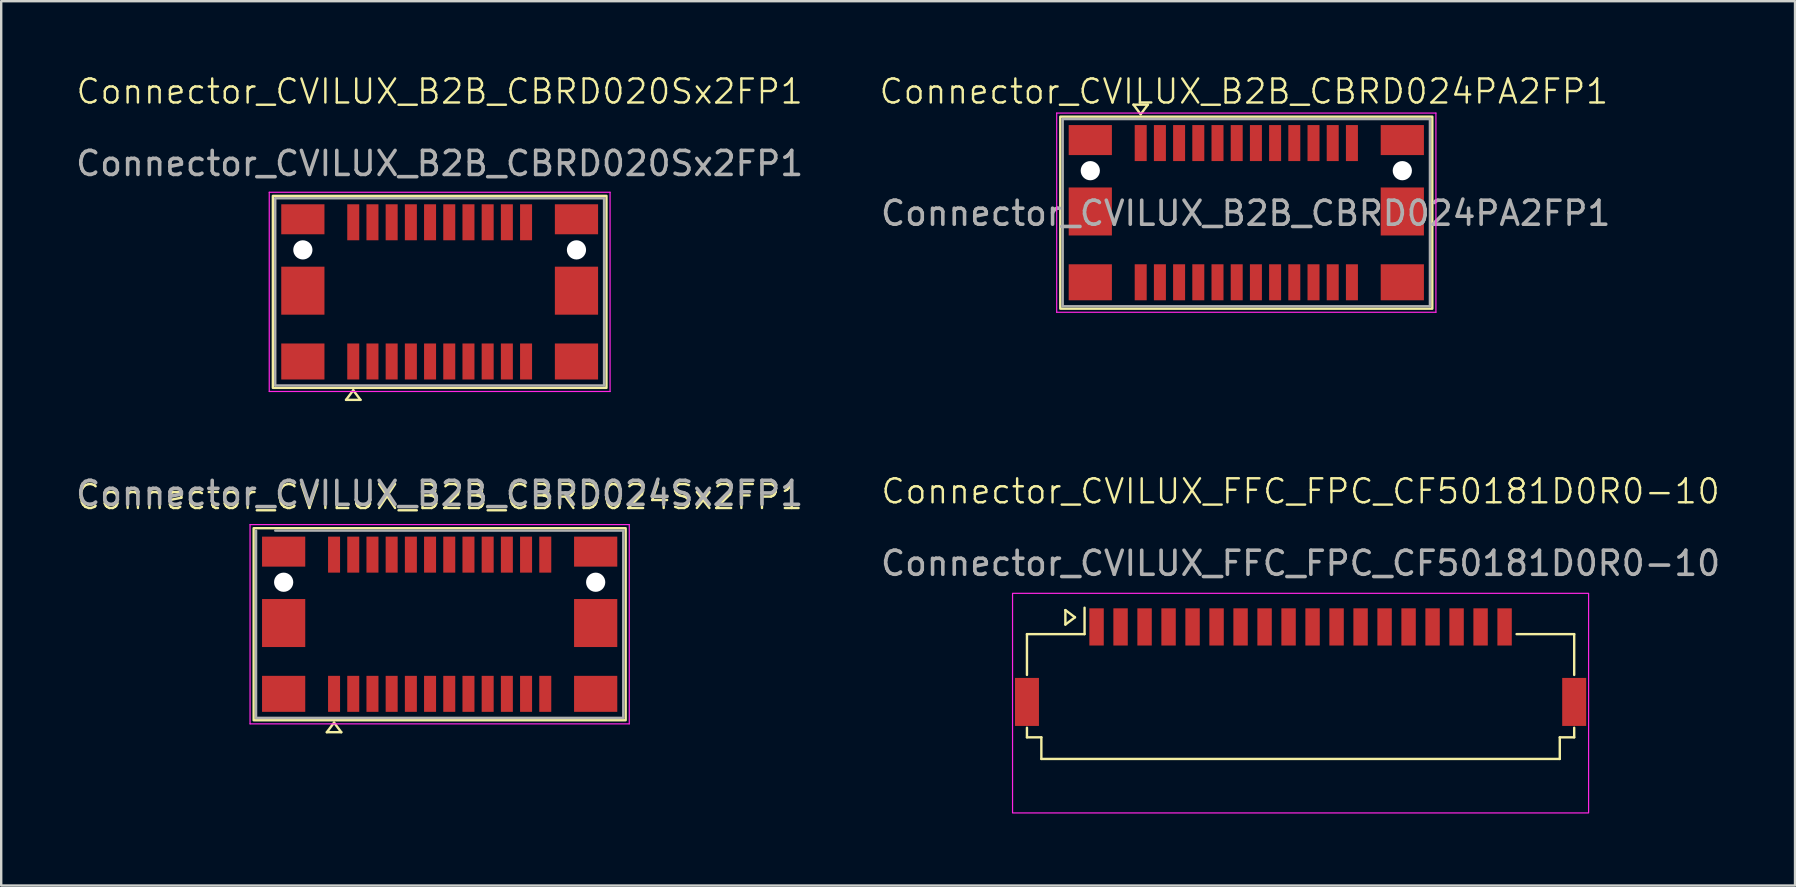
<source format=kicad_pcb>
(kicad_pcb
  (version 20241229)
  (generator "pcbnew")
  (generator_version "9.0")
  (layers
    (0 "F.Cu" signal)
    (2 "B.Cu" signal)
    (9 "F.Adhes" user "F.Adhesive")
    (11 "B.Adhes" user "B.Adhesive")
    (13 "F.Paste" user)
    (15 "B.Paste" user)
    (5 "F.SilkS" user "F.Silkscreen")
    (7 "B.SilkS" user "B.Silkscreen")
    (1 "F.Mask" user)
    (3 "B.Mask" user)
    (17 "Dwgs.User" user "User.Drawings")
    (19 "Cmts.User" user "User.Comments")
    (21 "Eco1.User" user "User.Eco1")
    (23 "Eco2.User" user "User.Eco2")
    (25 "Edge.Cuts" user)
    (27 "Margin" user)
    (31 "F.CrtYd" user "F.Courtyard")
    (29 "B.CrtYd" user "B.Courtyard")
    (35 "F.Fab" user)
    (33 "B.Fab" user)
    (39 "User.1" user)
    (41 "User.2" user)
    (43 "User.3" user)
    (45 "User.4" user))
  (footprint "Connector_CVILUX_B2B_CBRD024PA2FP1"
    (layer "F.Cu")
    (at 48.876 5.811)
    (property "Reference" "Connector_CVILUX_B2B_CBRD024PA2FP1" (at -0.1 -5.05 0) (layer "F.SilkS") (effects (font (size 1 1) (thickness 0.1))))
    (attr smd)
    (fp_line (start -4.702 -4.5) (end -4.1 -4.5) (stroke (width 0.1) (type default)) (layer "F.SilkS"))
    (fp_line (start -4.401 -4.101) (end -4.702 -4.5) (stroke (width 0.1) (type default)) (layer "F.SilkS"))
    (fp_line (start -4.401 -4.101) (end -4.1 -4.5) (stroke (width 0.1) (type default)) (layer "F.SilkS"))
    (fp_rect (start -7.75 -4) (end 7.75 4) (stroke (width 0.1) (type default)) (fill no) (layer "F.SilkS"))
    (fp_line (start -7.9 -4.15) (end -7.9 4.15) (stroke (width 0.05) (type solid)) (layer "F.CrtYd"))
    (fp_line (start -7.9 -4.15) (end 7.9 -4.15) (stroke (width 0.05) (type solid)) (layer "F.CrtYd"))
    (fp_line (start -7.9 4.15) (end 7.9 4.15) (stroke (width 0.05) (type solid)) (layer "F.CrtYd"))
    (fp_line (start 7.9 -4.15) (end 7.9 4.15) (stroke (width 0.05) (type solid)) (layer "F.CrtYd"))
    (fp_line (start -7.65 3.9) (end -7.65 -3.9) (stroke (width 0.1) (type solid)) (layer "F.Fab"))
    (fp_line (start 7.65 -3.9) (end -7.65 -3.9) (stroke (width 0.1) (type solid)) (layer "F.Fab"))
    (fp_line (start 7.65 3.9) (end -7.65 3.9) (stroke (width 0.1) (type solid)) (layer "F.Fab"))
    (fp_line (start 7.65 3.9) (end 7.65 -3.9) (stroke (width 0.1) (type solid)) (layer "F.Fab"))
    (fp_text user "${REFERENCE}" (at -0.025 0.025 0) (layer "F.Fab") (effects (font (size 1 1) (thickness 0.15))))
    (pad "" np_thru_hole circle (at -6.5 -1.75) (size 0.8 0.8) (drill 0.8) (layers "*.Cu" "*.Mask"))
    (pad "" np_thru_hole circle (at 6.5 -1.75) (size 0.8 0.8) (drill 0.8) (layers "*.Cu" "*.Mask"))
    (pad "1" smd rect (at -4.4 -2.9) (size 0.5 1.5) (layers "F.Cu" "F.Mask" "F.Paste"))
    (pad "2" smd rect (at -3.6 -2.9) (size 0.5 1.5) (layers "F.Cu" "F.Mask" "F.Paste"))
    (pad "3" smd rect (at -2.8 -2.9) (size 0.5 1.5) (layers "F.Cu" "F.Mask" "F.Paste"))
    (pad "4" smd rect (at -2 -2.9) (size 0.5 1.5) (layers "F.Cu" "F.Mask" "F.Paste"))
    (pad "5" smd rect (at -1.2 -2.9) (size 0.5 1.5) (layers "F.Cu" "F.Mask" "F.Paste"))
    (pad "6" smd rect (at -0.4 -2.9) (size 0.5 1.5) (layers "F.Cu" "F.Mask" "F.Paste"))
    (pad "7" smd rect (at 0.4 -2.9) (size 0.5 1.5) (layers "F.Cu" "F.Mask" "F.Paste"))
    (pad "8" smd rect (at 1.2 -2.9) (size 0.5 1.5) (layers "F.Cu" "F.Mask" "F.Paste"))
    (pad "9" smd rect (at 2 -2.9) (size 0.5 1.5) (layers "F.Cu" "F.Mask" "F.Paste"))
    (pad "10" smd rect (at 2.8 -2.9) (size 0.5 1.5) (layers "F.Cu" "F.Mask" "F.Paste"))
    (pad "11" smd rect (at 3.6 -2.9) (size 0.5 1.5) (layers "F.Cu" "F.Mask" "F.Paste"))
    (pad "12" smd rect (at 4.4 -2.9) (size 0.5 1.5) (layers "F.Cu" "F.Mask" "F.Paste"))
    (pad "13" smd rect (at 4.4 2.9) (size 0.5 1.5) (layers "F.Cu" "F.Mask" "F.Paste"))
    (pad "14" smd rect (at 3.6 2.9) (size 0.5 1.5) (layers "F.Cu" "F.Mask" "F.Paste"))
    (pad "15" smd rect (at 2.8 2.9) (size 0.5 1.5) (layers "F.Cu" "F.Mask" "F.Paste"))
    (pad "16" smd rect (at 2 2.9) (size 0.5 1.5) (layers "F.Cu" "F.Mask" "F.Paste"))
    (pad "17" smd rect (at 1.2 2.9) (size 0.5 1.5) (layers "F.Cu" "F.Mask" "F.Paste"))
    (pad "18" smd rect (at 0.4 2.9) (size 0.5 1.5) (layers "F.Cu" "F.Mask" "F.Paste"))
    (pad "19" smd rect (at -0.4 2.9) (size 0.5 1.5) (layers "F.Cu" "F.Mask" "F.Paste"))
    (pad "20" smd rect (at -1.2 2.9) (size 0.5 1.5) (layers "F.Cu" "F.Mask" "F.Paste"))
    (pad "21" smd rect (at -2 2.9) (size 0.5 1.5) (layers "F.Cu" "F.Mask" "F.Paste"))
    (pad "22" smd rect (at -2.8 2.9) (size 0.5 1.5) (layers "F.Cu" "F.Mask" "F.Paste"))
    (pad "23" smd rect (at -3.6 2.9) (size 0.5 1.5) (layers "F.Cu" "F.Mask" "F.Paste"))
    (pad "24" smd rect (at -4.4 2.9) (size 0.5 1.5) (layers "F.Cu" "F.Mask" "F.Paste"))
    (pad "MP" smd rect (at -6.5 -3.025) (size 1.8 1.25) (layers "F.Cu" "F.Mask" "F.Paste"))
    (pad "MP" smd rect (at -6.5 -0.05 180) (size 1.8 2) (layers "F.Cu" "F.Mask" "F.Paste"))
    (pad "MP" smd rect (at -6.5 2.9 180) (size 1.8 1.5) (layers "F.Cu" "F.Mask" "F.Paste"))
    (pad "MP" smd rect (at 6.5 -3.025) (size 1.8 1.25) (layers "F.Cu" "F.Mask" "F.Paste"))
    (pad "MP" smd rect (at 6.5 -0.05 180) (size 1.8 2) (layers "F.Cu" "F.Mask" "F.Paste"))
    (pad "MP" smd rect (at 6.5 2.9) (size 1.8 1.5) (layers "F.Cu" "F.Mask" "F.Paste")))
  (footprint "Connector_CVILUX_B2B_CBRD024Sx2FP1"
    (layer "F.Cu")
    (at 15.268 22.958)
    (property "Reference" "Connector_CVILUX_B2B_CBRD024Sx2FP1" (at 0 -5.3 0) (unlocked yes) (layer "F.SilkS") (effects (font (size 1 1) (thickness 0.1))))
    (attr smd)
    (fp_line (start -4.4 4.1) (end -4.701 4.499) (stroke (width 0.1) (type default)) (layer "F.SilkS"))
    (fp_line (start -4.4 4.1) (end -4.099 4.499) (stroke (width 0.1) (type default)) (layer "F.SilkS"))
    (fp_line (start -4.099 4.499) (end -4.701 4.499) (stroke (width 0.1) (type default)) (layer "F.SilkS"))
    (fp_rect (start -7.75 -4) (end 7.75 4) (stroke (width 0.1) (type default)) (fill no) (layer "F.SilkS"))
    (fp_line (start -7.9 -4.15) (end -7.9 4.15) (stroke (width 0.05) (type solid)) (layer "F.CrtYd"))
    (fp_line (start -7.9 -4.15) (end 7.9 -4.15) (stroke (width 0.05) (type solid)) (layer "F.CrtYd"))
    (fp_line (start -7.9 4.15) (end 7.9 4.15) (stroke (width 0.05) (type solid)) (layer "F.CrtYd"))
    (fp_line (start 7.9 -4.15) (end 7.9 4.15) (stroke (width 0.05) (type solid)) (layer "F.CrtYd"))
    (fp_line (start -7.65 3.9) (end -7.65 -3.9) (stroke (width 0.1) (type solid)) (layer "F.Fab"))
    (fp_line (start 7.65 -3.9) (end -6.85 -3.9) (stroke (width 0.1) (type solid)) (layer "F.Fab"))
    (fp_line (start 7.65 3.9) (end -7.65 3.9) (stroke (width 0.1) (type solid)) (layer "F.Fab"))
    (fp_line (start 7.65 3.9) (end 7.65 -3.9) (stroke (width 0.1) (type solid)) (layer "F.Fab"))
    (fp_text user "${REFERENCE}" (at 0 -5.45 0) (unlocked yes) (layer "F.Fab") (effects (font (size 1 1) (thickness 0.15))))
    (pad "" np_thru_hole circle (at -6.5 -1.75) (size 0.8 0.8) (drill 0.8) (layers "*.Cu" "*.Mask"))
    (pad "" np_thru_hole circle (at 6.5 -1.75) (size 0.8 0.8) (drill 0.8) (layers "*.Cu" "*.Mask"))
    (pad "1" smd rect (at -4.4 2.9) (size 0.5 1.5) (layers "F.Cu" "F.Mask" "F.Paste"))
    (pad "2" smd rect (at -3.6 2.9) (size 0.5 1.5) (layers "F.Cu" "F.Mask" "F.Paste"))
    (pad "3" smd rect (at -2.8 2.9) (size 0.5 1.5) (layers "F.Cu" "F.Mask" "F.Paste"))
    (pad "4" smd rect (at -2 2.9) (size 0.5 1.5) (layers "F.Cu" "F.Mask" "F.Paste"))
    (pad "5" smd rect (at -1.2 2.9) (size 0.5 1.5) (layers "F.Cu" "F.Mask" "F.Paste"))
    (pad "6" smd rect (at -0.4 2.9) (size 0.5 1.5) (layers "F.Cu" "F.Mask" "F.Paste"))
    (pad "7" smd rect (at 0.4 2.9) (size 0.5 1.5) (layers "F.Cu" "F.Mask" "F.Paste"))
    (pad "8" smd rect (at 1.2 2.9) (size 0.5 1.5) (layers "F.Cu" "F.Mask" "F.Paste"))
    (pad "9" smd rect (at 2 2.9) (size 0.5 1.5) (layers "F.Cu" "F.Mask" "F.Paste"))
    (pad "10" smd rect (at 2.8 2.9) (size 0.5 1.5) (layers "F.Cu" "F.Mask" "F.Paste"))
    (pad "11" smd rect (at 3.6 2.9) (size 0.5 1.5) (layers "F.Cu" "F.Mask" "F.Paste"))
    (pad "12" smd rect (at 4.4 2.9) (size 0.5 1.5) (layers "F.Cu" "F.Mask" "F.Paste"))
    (pad "13" smd rect (at 4.4 -2.9) (size 0.5 1.5) (layers "F.Cu" "F.Mask" "F.Paste"))
    (pad "14" smd rect (at 3.6 -2.9) (size 0.5 1.5) (layers "F.Cu" "F.Mask" "F.Paste"))
    (pad "15" smd rect (at 2.8 -2.9) (size 0.5 1.5) (layers "F.Cu" "F.Mask" "F.Paste"))
    (pad "16" smd rect (at 2 -2.9) (size 0.5 1.5) (layers "F.Cu" "F.Mask" "F.Paste"))
    (pad "17" smd rect (at 1.2 -2.9) (size 0.5 1.5) (layers "F.Cu" "F.Mask" "F.Paste"))
    (pad "18" smd rect (at 0.4 -2.9) (size 0.5 1.5) (layers "F.Cu" "F.Mask" "F.Paste"))
    (pad "19" smd rect (at -0.4 -2.9) (size 0.5 1.5) (layers "F.Cu" "F.Mask" "F.Paste"))
    (pad "20" smd rect (at -1.2 -2.9) (size 0.5 1.5) (layers "F.Cu" "F.Mask" "F.Paste"))
    (pad "21" smd rect (at -2 -2.9) (size 0.5 1.5) (layers "F.Cu" "F.Mask" "F.Paste"))
    (pad "22" smd rect (at -2.8 -2.9) (size 0.5 1.5) (layers "F.Cu" "F.Mask" "F.Paste"))
    (pad "23" smd rect (at -3.6 -2.9) (size 0.5 1.5) (layers "F.Cu" "F.Mask" "F.Paste"))
    (pad "24" smd rect (at -4.4 -2.9) (size 0.5 1.5) (layers "F.Cu" "F.Mask" "F.Paste"))
    (pad "MP" smd rect (at -6.5 -3.025) (size 1.8 1.25) (layers "F.Cu" "F.Mask" "F.Paste"))
    (pad "MP" smd rect (at -6.5 -0.05 180) (size 1.8 2) (layers "F.Cu" "F.Mask" "F.Paste"))
    (pad "MP" smd rect (at -6.5 2.9 180) (size 1.8 1.5) (layers "F.Cu" "F.Mask" "F.Paste"))
    (pad "MP" smd rect (at 6.5 -3.025) (size 1.8 1.25) (layers "F.Cu" "F.Mask" "F.Paste"))
    (pad "MP" smd rect (at 6.5 -0.05 180) (size 1.8 2) (layers "F.Cu" "F.Mask" "F.Paste"))
    (pad "MP" smd rect (at 6.5 2.9) (size 1.8 1.5) (layers "F.Cu" "F.Mask" "F.Paste")))
  (footprint "Connector_CVILUX_FFC_FPC_CF50181D0R0-10"
    (layer "F.Cu")
    (at 51.137 26.07)
    (property "Reference" "Connector_CVILUX_FFC_FPC_CF50181D0R0-10" (at 0 -8.65 0) (unlocked yes) (layer "F.SilkS") (effects (font (size 1 1) (thickness 0.1))))
    (attr smd)
    (fp_line (start -11.4 -2.7) (end -9 -2.7) (stroke (width 0.1) (type default)) (layer "F.SilkS"))
    (fp_line (start -11.4 -1) (end -11.4 -2.7) (stroke (width 0.1) (type default)) (layer "F.SilkS"))
    (fp_line (start -11.4 1.2) (end -11.4 1.6) (stroke (width 0.1) (type default)) (layer "F.SilkS"))
    (fp_line (start -11.4 1.6) (end -10.8 1.6) (stroke (width 0.1) (type default)) (layer "F.SilkS"))
    (fp_line (start -10.8 1.6) (end -10.8 2.5) (stroke (width 0.1) (type default)) (layer "F.SilkS"))
    (fp_line (start -9.799 -3.099) (end -9.799 -3.701) (stroke (width 0.1) (type default)) (layer "F.SilkS"))
    (fp_line (start -9.4 -3.4) (end -9.799 -3.701) (stroke (width 0.1) (type default)) (layer "F.SilkS"))
    (fp_line (start -9.4 -3.4) (end -9.799 -3.099) (stroke (width 0.1) (type default)) (layer "F.SilkS"))
    (fp_line (start -9 -2.7) (end -9 -3.8) (stroke (width 0.1) (type default)) (layer "F.SilkS"))
    (fp_line (start 10.8 1.6) (end 10.8 2.5) (stroke (width 0.1) (type default)) (layer "F.SilkS"))
    (fp_line (start 10.8 2.5) (end -10.8 2.5) (stroke (width 0.1) (type default)) (layer "F.SilkS"))
    (fp_line (start 11.4 -2.7) (end 9 -2.7) (stroke (width 0.1) (type default)) (layer "F.SilkS"))
    (fp_line (start 11.4 -1) (end 11.4 -2.7) (stroke (width 0.1) (type default)) (layer "F.SilkS"))
    (fp_line (start 11.4 1.2) (end 11.4 1.6) (stroke (width 0.1) (type default)) (layer "F.SilkS"))
    (fp_line (start 11.4 1.6) (end 10.8 1.6) (stroke (width 0.1) (type default)) (layer "F.SilkS"))
    (fp_rect (start -12 -4.4) (end 12 4.75) (stroke (width 0.05) (type default)) (fill no) (layer "F.CrtYd"))
    (fp_text user "${REFERENCE}" (at 0 -5.65 0) (unlocked yes) (layer "F.Fab") (effects (font (size 1 1) (thickness 0.15))))
    (pad "1" smd rect (at -8.5 -3) (size 0.6 1.55) (layers "F.Cu" "F.Mask" "F.Paste"))
    (pad "2" smd rect (at -7.5 -3) (size 0.6 1.55) (layers "F.Cu" "F.Mask" "F.Paste"))
    (pad "3" smd rect (at -6.5 -3) (size 0.6 1.55) (layers "F.Cu" "F.Mask" "F.Paste"))
    (pad "4" smd rect (at -5.5 -3) (size 0.6 1.55) (layers "F.Cu" "F.Mask" "F.Paste"))
    (pad "5" smd rect (at -4.5 -3) (size 0.6 1.55) (layers "F.Cu" "F.Mask" "F.Paste"))
    (pad "6" smd rect (at -3.5 -3) (size 0.6 1.55) (layers "F.Cu" "F.Mask" "F.Paste"))
    (pad "7" smd rect (at -2.5 -3) (size 0.6 1.55) (layers "F.Cu" "F.Mask" "F.Paste"))
    (pad "8" smd rect (at -1.5 -3) (size 0.6 1.55) (layers "F.Cu" "F.Mask" "F.Paste"))
    (pad "9" smd rect (at -0.5 -3) (size 0.6 1.55) (layers "F.Cu" "F.Mask" "F.Paste"))
    (pad "10" smd rect (at 0.5 -3) (size 0.6 1.55) (layers "F.Cu" "F.Mask" "F.Paste"))
    (pad "11" smd rect (at 1.5 -3) (size 0.6 1.55) (layers "F.Cu" "F.Mask" "F.Paste"))
    (pad "12" smd rect (at 2.5 -3) (size 0.6 1.55) (layers "F.Cu" "F.Mask" "F.Paste"))
    (pad "13" smd rect (at 3.5 -3) (size 0.6 1.55) (layers "F.Cu" "F.Mask" "F.Paste"))
    (pad "14" smd rect (at 4.5 -3) (size 0.6 1.55) (layers "F.Cu" "F.Mask" "F.Paste"))
    (pad "15" smd rect (at 5.5 -3) (size 0.6 1.55) (layers "F.Cu" "F.Mask" "F.Paste"))
    (pad "16" smd rect (at 6.5 -3) (size 0.6 1.55) (layers "F.Cu" "F.Mask" "F.Paste"))
    (pad "17" smd rect (at 7.5 -3) (size 0.6 1.55) (layers "F.Cu" "F.Mask" "F.Paste"))
    (pad "18" smd rect (at 8.5 -3) (size 0.6 1.55) (layers "F.Cu" "F.Mask" "F.Paste"))
    (pad "MP" smd rect (at -11.4 0.125) (size 1 2) (layers "F.Cu" "F.Mask" "F.Paste"))
    (pad "MP" smd rect (at 11.4 0.125) (size 1 2) (layers "F.Cu" "F.Mask" "F.Paste")))
  (footprint "Connector_CVILUX_B2B_CBRD020Sx2FP1"
    (layer "F.Cu")
    (at 15.268 9.111)
    (property "Reference" "Connector_CVILUX_B2B_CBRD020Sx2FP1" (at 0 -8.35 0) (unlocked yes) (layer "F.SilkS") (effects (font (size 1 1) (thickness 0.1))))
    (attr smd)
    (fp_line (start -3.6 4.1) (end -3.901 4.499) (stroke (width 0.1) (type default)) (layer "F.SilkS"))
    (fp_line (start -3.6 4.1) (end -3.299 4.499) (stroke (width 0.1) (type default)) (layer "F.SilkS"))
    (fp_line (start -3.299 4.499) (end -3.901 4.499) (stroke (width 0.1) (type default)) (layer "F.SilkS"))
    (fp_rect (start -6.95 -4) (end 6.95 4) (stroke (width 0.1) (type default)) (fill no) (layer "F.SilkS"))
    (fp_line (start -7.1 -4.15) (end -7.1 4.15) (stroke (width 0.05) (type solid)) (layer "F.CrtYd"))
    (fp_line (start -7.1 -4.15) (end 7.1 -4.15) (stroke (width 0.05) (type solid)) (layer "F.CrtYd"))
    (fp_line (start -7.1 4.15) (end 7.1 4.15) (stroke (width 0.05) (type solid)) (layer "F.CrtYd"))
    (fp_line (start 7.1 -4.15) (end 7.1 4.15) (stroke (width 0.05) (type solid)) (layer "F.CrtYd"))
    (fp_line (start -6.85 3.9) (end -6.85 -3.9) (stroke (width 0.1) (type solid)) (layer "F.Fab"))
    (fp_line (start 6.85 -3.9) (end -6.85 -3.9) (stroke (width 0.1) (type solid)) (layer "F.Fab"))
    (fp_line (start 6.85 3.9) (end -6.85 3.9) (stroke (width 0.1) (type solid)) (layer "F.Fab"))
    (fp_line (start 6.85 3.9) (end 6.85 -3.9) (stroke (width 0.1) (type solid)) (layer "F.Fab"))
    (fp_text user "${REFERENCE}" (at 0 -5.35 0) (unlocked yes) (layer "F.Fab") (effects (font (size 1 1) (thickness 0.15))))
    (pad "" np_thru_hole circle (at -5.7 -1.75) (size 0.8 0.8) (drill 0.8) (layers "*.Cu" "*.Mask"))
    (pad "" np_thru_hole circle (at 5.7 -1.75) (size 0.8 0.8) (drill 0.8) (layers "*.Cu" "*.Mask"))
    (pad "1" smd rect (at -3.6 2.9) (size 0.5 1.5) (layers "F.Cu" "F.Mask" "F.Paste"))
    (pad "2" smd rect (at -2.8 2.9) (size 0.5 1.5) (layers "F.Cu" "F.Mask" "F.Paste"))
    (pad "3" smd rect (at -2 2.9) (size 0.5 1.5) (layers "F.Cu" "F.Mask" "F.Paste"))
    (pad "4" smd rect (at -1.2 2.9) (size 0.5 1.5) (layers "F.Cu" "F.Mask" "F.Paste"))
    (pad "5" smd rect (at -0.4 2.9) (size 0.5 1.5) (layers "F.Cu" "F.Mask" "F.Paste"))
    (pad "6" smd rect (at 0.4 2.9) (size 0.5 1.5) (layers "F.Cu" "F.Mask" "F.Paste"))
    (pad "7" smd rect (at 1.2 2.9) (size 0.5 1.5) (layers "F.Cu" "F.Mask" "F.Paste"))
    (pad "8" smd rect (at 2 2.9) (size 0.5 1.5) (layers "F.Cu" "F.Mask" "F.Paste"))
    (pad "9" smd rect (at 2.8 2.9) (size 0.5 1.5) (layers "F.Cu" "F.Mask" "F.Paste"))
    (pad "10" smd rect (at 3.6 2.9) (size 0.5 1.5) (layers "F.Cu" "F.Mask" "F.Paste"))
    (pad "11" smd rect (at 3.6 -2.9) (size 0.5 1.5) (layers "F.Cu" "F.Mask" "F.Paste"))
    (pad "12" smd rect (at 2.8 -2.9) (size 0.5 1.5) (layers "F.Cu" "F.Mask" "F.Paste"))
    (pad "13" smd rect (at 2 -2.9) (size 0.5 1.5) (layers "F.Cu" "F.Mask" "F.Paste"))
    (pad "14" smd rect (at 1.2 -2.9) (size 0.5 1.5) (layers "F.Cu" "F.Mask" "F.Paste"))
    (pad "15" smd rect (at 0.4 -2.9) (size 0.5 1.5) (layers "F.Cu" "F.Mask" "F.Paste"))
    (pad "16" smd rect (at -0.4 -2.9) (size 0.5 1.5) (layers "F.Cu" "F.Mask" "F.Paste"))
    (pad "17" smd rect (at -1.2 -2.9) (size 0.5 1.5) (layers "F.Cu" "F.Mask" "F.Paste"))
    (pad "18" smd rect (at -2 -2.9) (size 0.5 1.5) (layers "F.Cu" "F.Mask" "F.Paste"))
    (pad "19" smd rect (at -2.8 -2.9) (size 0.5 1.5) (layers "F.Cu" "F.Mask" "F.Paste"))
    (pad "20" smd rect (at -3.6 -2.9) (size 0.5 1.5) (layers "F.Cu" "F.Mask" "F.Paste"))
    (pad "MP" smd rect (at -5.7 -3.025) (size 1.8 1.25) (layers "F.Cu" "F.Mask" "F.Paste"))
    (pad "MP" smd rect (at -5.7 -0.05 180) (size 1.8 2) (layers "F.Cu" "F.Mask" "F.Paste"))
    (pad "MP" smd rect (at -5.7 2.9 180) (size 1.8 1.5) (layers "F.Cu" "F.Mask" "F.Paste"))
    (pad "MP" smd rect (at 5.7 -3.025) (size 1.8 1.25) (layers "F.Cu" "F.Mask" "F.Paste"))
    (pad "MP" smd rect (at 5.7 -0.05 180) (size 1.8 2) (layers "F.Cu" "F.Mask" "F.Paste"))
    (pad "MP" smd rect (at 5.7 2.9) (size 1.8 1.5) (layers "F.Cu" "F.Mask" "F.Paste")))
  (gr_rect
    (start -3 -3)
    (end 71.738 33.845)
    (stroke (width 0.1) (type default))
    (fill no)
    (layer "Edge.Cuts")))
</source>
